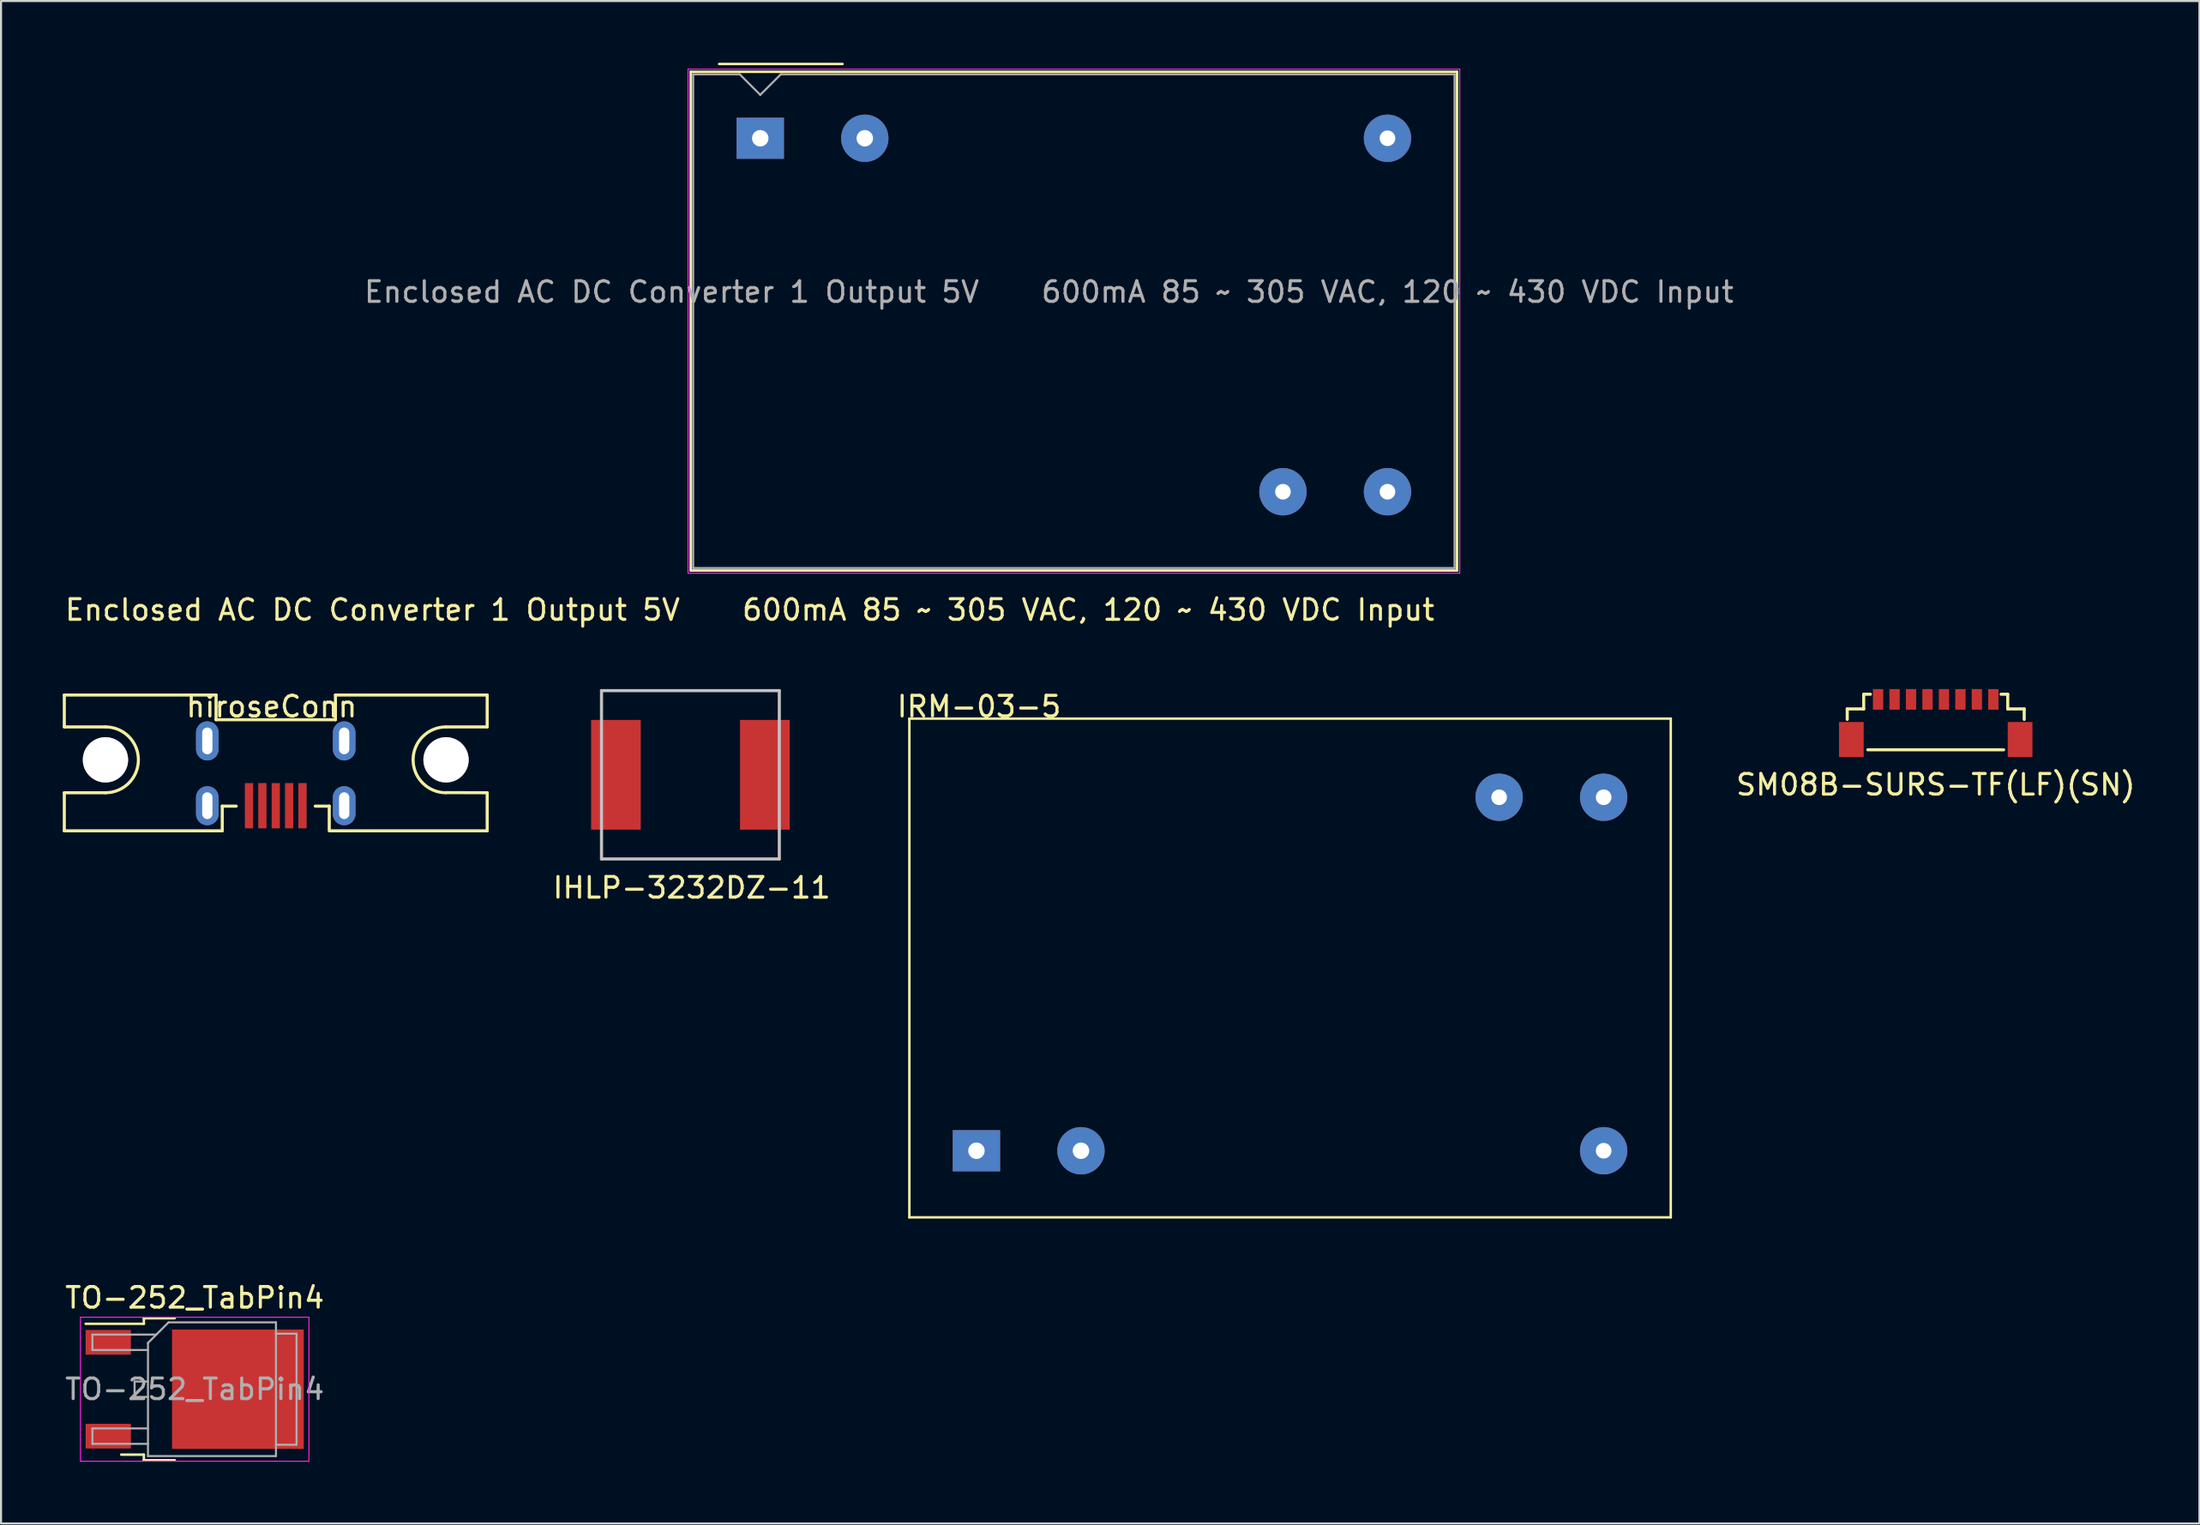
<source format=kicad_pcb>
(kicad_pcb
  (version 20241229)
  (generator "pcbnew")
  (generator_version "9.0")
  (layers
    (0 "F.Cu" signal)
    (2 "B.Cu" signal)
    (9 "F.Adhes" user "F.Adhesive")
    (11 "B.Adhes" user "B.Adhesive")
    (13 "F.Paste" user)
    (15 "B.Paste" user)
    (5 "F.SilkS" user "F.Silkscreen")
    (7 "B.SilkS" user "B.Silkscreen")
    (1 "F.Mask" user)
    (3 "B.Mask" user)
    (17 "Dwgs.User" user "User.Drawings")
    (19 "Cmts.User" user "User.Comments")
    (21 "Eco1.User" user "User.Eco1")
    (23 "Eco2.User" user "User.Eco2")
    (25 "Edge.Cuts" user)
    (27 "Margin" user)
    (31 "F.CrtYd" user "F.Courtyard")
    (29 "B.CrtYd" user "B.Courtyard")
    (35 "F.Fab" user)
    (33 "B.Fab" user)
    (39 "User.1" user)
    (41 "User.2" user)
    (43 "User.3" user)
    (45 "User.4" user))
  (footprint "SM08B-SURS-TF(LF)(SN)"
    (layer "F.Cu")
    (at 91.016 32.042)
    (property "Reference" "SM08B-SURS-TF(LF)(SN)" (at 0 3.048 0) (layer "F.SilkS") (effects (font (size 1 1) (thickness 0.15))))
    (attr through_hole)
    (fp_line (start -4.3 -0.635) (end -4.3 -0.127) (stroke (width 0.15) (type solid)) (layer "F.SilkS"))
    (fp_line (start -3.5 -1.35) (end -3.5 -0.635) (stroke (width 0.15) (type solid)) (layer "F.SilkS"))
    (fp_line (start -3.5 -0.635) (end -4.3 -0.635) (stroke (width 0.15) (type solid)) (layer "F.SilkS"))
    (fp_line (start -3.3 1.35) (end 3.3 1.35) (stroke (width 0.15) (type solid)) (layer "F.SilkS"))
    (fp_line (start -3.175 -1.35) (end -3.5 -1.35) (stroke (width 0.15) (type solid)) (layer "F.SilkS"))
    (fp_line (start 3.175 -1.35) (end 3.5 -1.35) (stroke (width 0.15) (type solid)) (layer "F.SilkS"))
    (fp_line (start 3.5 -1.35) (end 3.5 -0.635) (stroke (width 0.15) (type solid)) (layer "F.SilkS"))
    (fp_line (start 3.5 -0.635) (end 4.3 -0.635) (stroke (width 0.15) (type solid)) (layer "F.SilkS"))
    (fp_line (start 4.3 -0.635) (end 4.3 -0.127) (stroke (width 0.15) (type solid)) (layer "F.SilkS"))
    (pad "" smd rect (at -4.1 0.85) (size 1.2 1.7) (layers "F.Cu" "F.Mask" "F.Paste"))
    (pad "" smd rect (at 4.1 0.85) (size 1.2 1.7) (layers "F.Cu" "F.Mask" "F.Paste"))
    (pad "1" smd rect (at -2.8 -1.1) (size 0.5 1) (layers "F.Cu" "F.Mask" "F.Paste"))
    (pad "2" smd rect (at -2 -1.1) (size 0.5 1) (layers "F.Cu" "F.Mask" "F.Paste"))
    (pad "3" smd rect (at -1.2 -1.1) (size 0.5 1) (layers "F.Cu" "F.Mask" "F.Paste"))
    (pad "4" smd rect (at -0.4 -1.1) (size 0.5 1) (layers "F.Cu" "F.Mask" "F.Paste"))
    (pad "5" smd rect (at 0.4 -1.1) (size 0.5 1) (layers "F.Cu" "F.Mask" "F.Paste"))
    (pad "6" smd rect (at 1.2 -1.1) (size 0.5 1) (layers "F.Cu" "F.Mask" "F.Paste"))
    (pad "7" smd rect (at 2 -1.1) (size 0.5 1) (layers "F.Cu" "F.Mask" "F.Paste"))
    (pad "8" smd rect (at 2.8 -1.1) (size 0.5 1) (layers "F.Cu" "F.Mask" "F.Paste")))
  (footprint "IHLP-3232DZ-11"
    (layer "F.Cu")
    (at 30.5 34.607)
    (property "Reference" "IHLP-3232DZ-11" (at 0.064 5.489 0) (layer "F.SilkS") (effects (font (size 1 1) (thickness 0.15))))
    (attr through_hole)
    (fp_line (start -4.32 -4.09) (end -4.32 4.09) (stroke (width 0.15) (type solid)) (layer "Dwgs.User"))
    (fp_line (start -4.32 -4.09) (end 4.32 -4.09) (stroke (width 0.15) (type solid)) (layer "Dwgs.User"))
    (fp_line (start -4.32 4.09) (end 4.32 4.09) (stroke (width 0.15) (type solid)) (layer "Dwgs.User"))
    (fp_line (start 4.32 -4.09) (end 4.32 4.09) (stroke (width 0.15) (type solid)) (layer "Dwgs.User"))
    (pad "1" smd rect (at -3.619 0) (size 2.413 5.334) (layers "F.Cu" "F.Mask" "F.Paste"))
    (pad "2" smd rect (at 3.619 0) (size 2.413 5.334) (layers "F.Cu" "F.Mask" "F.Paste")))
  (footprint "IRM-03-5"
    (layer "F.Cu")
    (at 44.4 53.007)
    (property "Reference" "IRM-03-5" (at 0.127 -21.717 0) (layer "F.SilkS") (effects (font (size 1 1) (thickness 0.15))))
    (attr through_hole)
    (fp_line (start -3.26 -21.13) (end 33.74 -21.13) (stroke (width 0.12) (type solid)) (layer "F.SilkS"))
    (fp_line (start -3.26 3.11) (end -3.26 -21.13) (stroke (width 0.12) (type solid)) (layer "F.SilkS"))
    (fp_line (start -3.26 3.11) (end 33.74 3.11) (stroke (width 0.12) (type solid)) (layer "F.SilkS"))
    (fp_line (start 33.74 -21.13) (end 33.74 3.11) (stroke (width 0.12) (type solid)) (layer "F.SilkS"))
    (pad "1" thru_hole rect (at 0 -0.127) (size 2.3 2) (drill 0.8) (layers "*.Cu" "*.Mask"))
    (pad "3" thru_hole circle (at 5.08 -0.127) (size 2.3 2.3) (drill 0.8) (layers "*.Cu" "*.Mask"))
    (pad "5" thru_hole circle (at 30.48 -0.127) (size 2.3 2.3) (drill 0.76) (layers "*.Cu" "*.Mask"))
    (pad "14" thru_hole circle (at 30.48 -17.307) (size 2.3 2.3) (drill 0.76) (layers "*.Cu" "*.Mask"))
    (pad "16" thru_hole circle (at 25.4 -17.307) (size 2.3 2.3) (drill 0.76) (layers "*.Cu" "*.Mask")))
  (footprint "Enclosed AC DC Converter 1 Output 5V    600mA 85 ~ 305 VAC, 120 ~ 430 VDC Input"
    (layer "F.Cu")
    (at 33.895 3.67)
    (property "Reference" "Enclosed AC DC Converter 1 Output 5V    600mA 85 ~ 305 VAC, 120 ~ 430 VDC Input" (at -0.508 22.924 0) (layer "F.SilkS") (effects (font (size 1 1) (thickness 0.15))))
    (attr through_hole)
    (fp_line (start -3.38 -3.23) (end 33.86 -3.23) (stroke (width 0.12) (type solid)) (layer "F.SilkS"))
    (fp_line (start -3.38 21.01) (end -3.38 -3.23) (stroke (width 0.12) (type solid)) (layer "F.SilkS"))
    (fp_line (start -3.38 21.01) (end 33.86 21.01) (stroke (width 0.12) (type solid)) (layer "F.SilkS"))
    (fp_line (start -2 -3.61) (end 4 -3.61) (stroke (width 0.12) (type solid)) (layer "F.SilkS"))
    (fp_line (start 33.86 -3.23) (end 33.86 21.01) (stroke (width 0.12) (type solid)) (layer "F.SilkS"))
    (fp_line (start -3.51 -3.36) (end 33.99 -3.36) (stroke (width 0.05) (type solid)) (layer "F.CrtYd"))
    (fp_line (start -3.51 21.14) (end -3.51 -3.36) (stroke (width 0.05) (type solid)) (layer "F.CrtYd"))
    (fp_line (start -3.51 21.14) (end 33.99 21.14) (stroke (width 0.05) (type solid)) (layer "F.CrtYd"))
    (fp_line (start 33.99 21.14) (end 33.99 -3.36) (stroke (width 0.05) (type solid)) (layer "F.CrtYd"))
    (fp_line (start -3.26 20.89) (end -3.26 -3.11) (stroke (width 0.1) (type solid)) (layer "F.Fab"))
    (fp_line (start -3.26 20.89) (end 33.74 20.89) (stroke (width 0.1) (type solid)) (layer "F.Fab"))
    (fp_line (start -1 -3.11) (end -3.26 -3.11) (stroke (width 0.1) (type solid)) (layer "F.Fab"))
    (fp_line (start 0 -2.11) (end -1 -3.11) (stroke (width 0.1) (type solid)) (layer "F.Fab"))
    (fp_line (start 1 -3.11) (end 0 -2.11) (stroke (width 0.1) (type solid)) (layer "F.Fab"))
    (fp_line (start 1 -3.11) (end 33.74 -3.11) (stroke (width 0.1) (type solid)) (layer "F.Fab"))
    (fp_line (start 33.74 20.89) (end 33.74 -3.11) (stroke (width 0.1) (type solid)) (layer "F.Fab"))
    (fp_text user "${REFERENCE}" (at 14.03 7.47 0) (layer "F.Fab") (effects (font (size 1 1) (thickness 0.15))))
    (pad "1" thru_hole rect (at 0 0) (size 2.3 2) (drill 0.8) (layers "*.Cu" "*.Mask"))
    (pad "3" thru_hole circle (at 5.08 0) (size 2.3 2.3) (drill 0.8) (layers "*.Cu" "*.Mask"))
    (pad "5" thru_hole circle (at 30.48 0) (size 2.3 2.3) (drill 0.76) (layers "*.Cu" "*.Mask"))
    (pad "14" thru_hole circle (at 30.48 17.18) (size 2.3 2.3) (drill 0.76) (layers "*.Cu" "*.Mask"))
    (pad "16" thru_hole circle (at 25.4 17.18) (size 2.3 2.3) (drill 0.76) (layers "*.Cu" "*.Mask")))
  (footprint "hiroseConn"
    (layer "F.Cu")
    (at 10.35 34.25)
    (property "Reference" "hiroseConn" (at -0.2 -2.96 0) (layer "F.SilkS") (effects (font (size 1 1) (thickness 0.15))))
    (attr through_hole)
    (fp_line (start -10.275 -3.52) (end -2.9 -3.52) (stroke (width 0.15) (type solid)) (layer "F.SilkS"))
    (fp_line (start -10.275 -1.97) (end -10.275 -3.52) (stroke (width 0.15) (type solid)) (layer "F.SilkS"))
    (fp_line (start -10.275 1.23) (end -10.275 3.08) (stroke (width 0.15) (type solid)) (layer "F.SilkS"))
    (fp_line (start -10.275 3.08) (end -2.6 3.08) (stroke (width 0.15) (type solid)) (layer "F.SilkS"))
    (fp_line (start -8.275 -1.97) (end -10.275 -1.97) (stroke (width 0.15) (type solid)) (layer "F.SilkS"))
    (fp_line (start -8.275 1.23) (end -10.275 1.23) (stroke (width 0.15) (type solid)) (layer "F.SilkS"))
    (fp_line (start -2.9 -3.52) (end -2.9 -2.32) (stroke (width 0.15) (type solid)) (layer "F.SilkS"))
    (fp_line (start -2.9 -2.32) (end 2.9 -2.32) (stroke (width 0.15) (type solid)) (layer "F.SilkS"))
    (fp_line (start -2.6 1.88) (end -1.92 1.88) (stroke (width 0.15) (type solid)) (layer "F.SilkS"))
    (fp_line (start -2.6 3.08) (end -2.6 1.88) (stroke (width 0.15) (type solid)) (layer "F.SilkS"))
    (fp_line (start 2.6 1.88) (end 1.92 1.88) (stroke (width 0.15) (type solid)) (layer "F.SilkS"))
    (fp_line (start 2.6 3.08) (end 2.6 1.88) (stroke (width 0.15) (type solid)) (layer "F.SilkS"))
    (fp_line (start 2.9 -3.52) (end 2.9 -2.32) (stroke (width 0.15) (type solid)) (layer "F.SilkS"))
    (fp_line (start 8.275 -1.97) (end 10.275 -1.97) (stroke (width 0.15) (type solid)) (layer "F.SilkS"))
    (fp_line (start 8.275 1.223) (end 10.275 1.23) (stroke (width 0.15) (type solid)) (layer "F.SilkS"))
    (fp_line (start 10.275 -3.52) (end 2.9 -3.52) (stroke (width 0.15) (type solid)) (layer "F.SilkS"))
    (fp_line (start 10.275 -1.97) (end 10.275 -3.52) (stroke (width 0.15) (type solid)) (layer "F.SilkS"))
    (fp_line (start 10.275 1.23) (end 10.275 3.08) (stroke (width 0.15) (type solid)) (layer "F.SilkS"))
    (fp_line (start 10.275 3.08) (end 2.64 3.08) (stroke (width 0.15) (type solid)) (layer "F.SilkS"))
    (fp_arc (start -8.275 -1.97) (mid -6.675 -0.37) (end -8.275 1.23) (stroke (width 0.15) (type solid)) (layer "F.SilkS"))
    (fp_arc (start 8.275 1.23) (mid 6.675 -0.37) (end 8.275 -1.97) (stroke (width 0.15) (type solid)) (layer "F.SilkS"))
    (pad "" thru_hole circle (at -8.275 -0.37) (size 2.2 2.2) (drill 2.2) (layers "*.Cu" "*.Mask"))
    (pad "" thru_hole circle (at 8.275 -0.37) (size 2.2 2.2) (drill 2.2) (layers "*.Cu" "*.Mask"))
    (pad "1" smd rect (at -1.3 1.86) (size 0.4 2.2) (layers "F.Cu" "F.Mask" "F.Paste"))
    (pad "2" smd rect (at -0.65 1.86) (size 0.4 2.2) (layers "F.Cu" "F.Mask" "F.Paste"))
    (pad "3" smd rect (at 0 1.86) (size 0.4 2.2) (layers "F.Cu" "F.Mask" "F.Paste"))
    (pad "4" smd rect (at 0.65 1.86) (size 0.4 2.2) (layers "F.Cu" "F.Mask" "F.Paste"))
    (pad "5" smd rect (at 1.3 1.86) (size 0.4 2.2) (layers "F.Cu" "F.Mask" "F.Paste"))
    (pad "6" thru_hole oval (at -3.325 -1.29) (size 1.1 1.9) (drill oval 0.5 1.3) (layers "*.Cu" "*.Mask"))
    (pad "6" thru_hole oval (at -3.325 1.86) (size 1.1 1.9) (drill oval 0.5 1.3) (layers "*.Cu" "*.Mask"))
    (pad "6" thru_hole oval (at 3.325 -1.29) (size 1.1 1.9) (drill oval 0.5 1.3) (layers "*.Cu" "*.Mask"))
    (pad "6" thru_hole oval (at 3.325 1.86) (size 1.1 1.9) (drill oval 0.5 1.3) (layers "*.Cu" "*.Mask")))
  (footprint "TO-252_TabPin4"
    (layer "F.Cu")
    (at 6.411 64.47)
    (property "Reference" "TO-252_TabPin4" (at 0 -4.445 0) (layer "F.SilkS") (effects (font (size 1 1) (thickness 0.15))))
    (attr smd)
    (fp_line (start -2.47 -3.45) (end -2.47 -3.18) (stroke (width 0.12) (type solid)) (layer "F.SilkS"))
    (fp_line (start -2.47 -3.18) (end -5.3 -3.18) (stroke (width 0.12) (type solid)) (layer "F.SilkS"))
    (fp_line (start -2.47 3.18) (end -3.57 3.18) (stroke (width 0.12) (type solid)) (layer "F.SilkS"))
    (fp_line (start -2.47 3.45) (end -2.47 3.18) (stroke (width 0.12) (type solid)) (layer "F.SilkS"))
    (fp_line (start -0.97 -3.45) (end -2.47 -3.45) (stroke (width 0.12) (type solid)) (layer "F.SilkS"))
    (fp_line (start -0.97 3.45) (end -2.47 3.45) (stroke (width 0.12) (type solid)) (layer "F.SilkS"))
    (fp_line (start -5.55 -3.5) (end -5.55 3.5) (stroke (width 0.05) (type solid)) (layer "F.CrtYd"))
    (fp_line (start -5.55 3.5) (end 5.55 3.5) (stroke (width 0.05) (type solid)) (layer "F.CrtYd"))
    (fp_line (start 5.55 -3.5) (end -5.55 -3.5) (stroke (width 0.05) (type solid)) (layer "F.CrtYd"))
    (fp_line (start 5.55 3.5) (end 5.55 -3.5) (stroke (width 0.05) (type solid)) (layer "F.CrtYd"))
    (fp_line (start -4.97 -2.655) (end -4.97 -1.905) (stroke (width 0.1) (type solid)) (layer "F.Fab"))
    (fp_line (start -4.97 -1.905) (end -2.27 -1.905) (stroke (width 0.1) (type solid)) (layer "F.Fab"))
    (fp_line (start -4.97 1.905) (end -4.97 2.655) (stroke (width 0.1) (type solid)) (layer "F.Fab"))
    (fp_line (start -4.97 2.655) (end -2.27 2.655) (stroke (width 0.1) (type solid)) (layer "F.Fab"))
    (fp_line (start -2.921 -0.375) (end -2.921 0.375) (stroke (width 0.1) (type solid)) (layer "F.Fab"))
    (fp_line (start -2.9 0.375) (end -2.27 0.375) (stroke (width 0.1) (type solid)) (layer "F.Fab"))
    (fp_line (start -2.27 -2.25) (end -1.27 -3.25) (stroke (width 0.1) (type solid)) (layer "F.Fab"))
    (fp_line (start -2.27 -0.375) (end -2.9 -0.375) (stroke (width 0.1) (type solid)) (layer "F.Fab"))
    (fp_line (start -2.27 1.905) (end -4.97 1.905) (stroke (width 0.1) (type solid)) (layer "F.Fab"))
    (fp_line (start -2.27 3.25) (end -2.27 -2.25) (stroke (width 0.1) (type solid)) (layer "F.Fab"))
    (fp_line (start -1.865 -2.655) (end -4.97 -2.655) (stroke (width 0.1) (type solid)) (layer "F.Fab"))
    (fp_line (start -1.27 -3.25) (end 3.95 -3.25) (stroke (width 0.1) (type solid)) (layer "F.Fab"))
    (fp_line (start 3.95 -3.25) (end 3.95 3.25) (stroke (width 0.1) (type solid)) (layer "F.Fab"))
    (fp_line (start 3.95 -2.7) (end 4.95 -2.7) (stroke (width 0.1) (type solid)) (layer "F.Fab"))
    (fp_line (start 3.95 3.25) (end -2.27 3.25) (stroke (width 0.1) (type solid)) (layer "F.Fab"))
    (fp_line (start 4.95 -2.7) (end 4.95 2.7) (stroke (width 0.1) (type solid)) (layer "F.Fab"))
    (fp_line (start 4.95 2.7) (end 3.95 2.7) (stroke (width 0.1) (type solid)) (layer "F.Fab"))
    (fp_text user "${REFERENCE}" (at 0 0 0) (layer "F.Fab") (effects (font (size 1 1) (thickness 0.15))))
    (pad "" smd rect (at 0.425 -1.525) (size 3.05 2.75) (layers "F.Paste"))
    (pad "" smd rect (at 0.425 1.525) (size 3.05 2.75) (layers "F.Paste"))
    (pad "" smd rect (at 3.775 -1.525) (size 3.05 2.75) (layers "F.Paste"))
    (pad "" smd rect (at 3.775 1.525) (size 3.05 2.75) (layers "F.Paste"))
    (pad "1" smd rect (at -4.2 -2.28) (size 2.2 1.2) (layers "F.Cu" "F.Mask" "F.Paste"))
    (pad "3" smd rect (at -4.2 2.28) (size 2.2 1.2) (layers "F.Cu" "F.Mask" "F.Paste"))
    (pad "4" smd rect (at 2.1 0) (size 6.4 5.8) (layers "F.Cu" "F.Mask")))
  (gr_rect
    (start -3 -3)
    (end 103.831 70.995)
    (stroke (width 0.1) (type default))
    (fill no)
    (layer "Edge.Cuts")))
</source>
